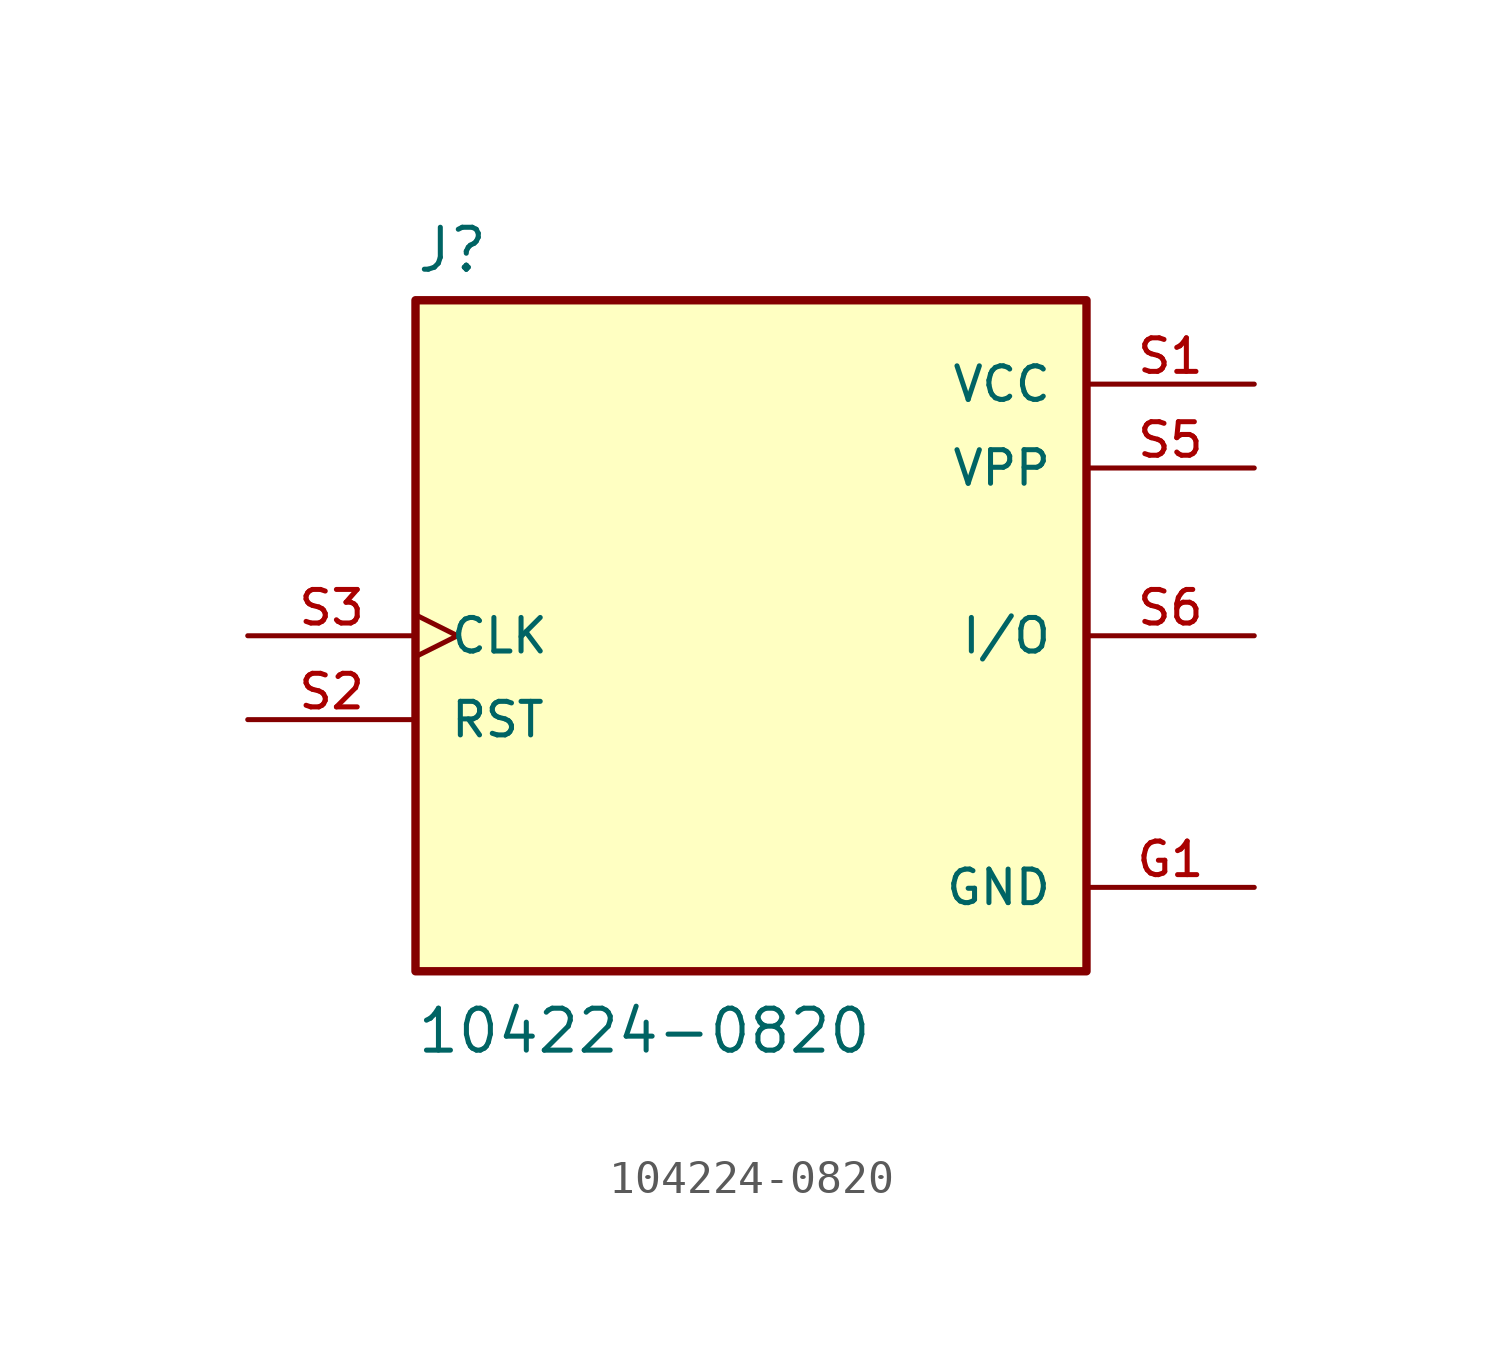
<source format=kicad_sym>
(kicad_symbol_lib
  (version 20211014)
  (generator kicad_symbol_editor)
  (symbol "104224-0820"
    (pin_names
      (offset 1.016))
    (property "Reference" "J"
      (at -10.174 10.937 0)
      (effects (font (size 1.27 1.27)) (justify bottom left)))
    (property "Value" "104224-0820"
      (at -10.17 -12.712 0)
      (effects (font (size 1.27 1.27)) (justify bottom left)))
    (symbol "104224-0820_0_0"
      (rectangle (start -10.16 -10.16) (end 10.16 10.16) (stroke (width 0.254)) (fill (type background)))
      (pin power_in line (at 15.24 7.62 180.0) (length 5.08) (name "VCC" (effects (font (size 1.016 1.016)))) (number "S1" (effects (font (size 1.016 1.016)))))
      (pin power_in line (at 15.24 5.08 180.0) (length 5.08) (name "VPP" (effects (font (size 1.016 1.016)))) (number "S5" (effects (font (size 1.016 1.016)))))
      (pin input line (at -15.24 -2.54 0) (length 5.08) (name "RST" (effects (font (size 1.016 1.016)))) (number "S2" (effects (font (size 1.016 1.016)))))
      (pin input clock (at -15.24 0.0 0) (length 5.08) (name "CLK" (effects (font (size 1.016 1.016)))) (number "S3" (effects (font (size 1.016 1.016)))))
      (pin power_in line (at 15.24 -7.62 180.0) (length 5.08) (name "GND" (effects (font (size 1.016 1.016)))) (number "G1" (effects (font (size 1.016 1.016)))))
      (pin power_in line (at 15.24 -7.62 180.0) (length 5.08) hide (name "GND" (effects (font (size 1.016 1.016)))) (number "G2" (effects (font (size 1.016 1.016)))))
      (pin power_in line (at 15.24 -7.62 180.0) (length 5.08) hide (name "GND" (effects (font (size 1.016 1.016)))) (number "G3" (effects (font (size 1.016 1.016)))))
      (pin power_in line (at 15.24 -7.62 180.0) (length 5.08) hide (name "GND" (effects (font (size 1.016 1.016)))) (number "G4" (effects (font (size 1.016 1.016)))))
      (pin power_in line (at 15.24 -7.62 180.0) (length 5.08) hide (name "GND" (effects (font (size 1.016 1.016)))) (number "S4" (effects (font (size 1.016 1.016)))))
      (pin bidirectional line (at 15.24 0.0 180.0) (length 5.08) (name "I/O" (effects (font (size 1.016 1.016)))) (number "S6" (effects (font (size 1.016 1.016))))))))
</source>
